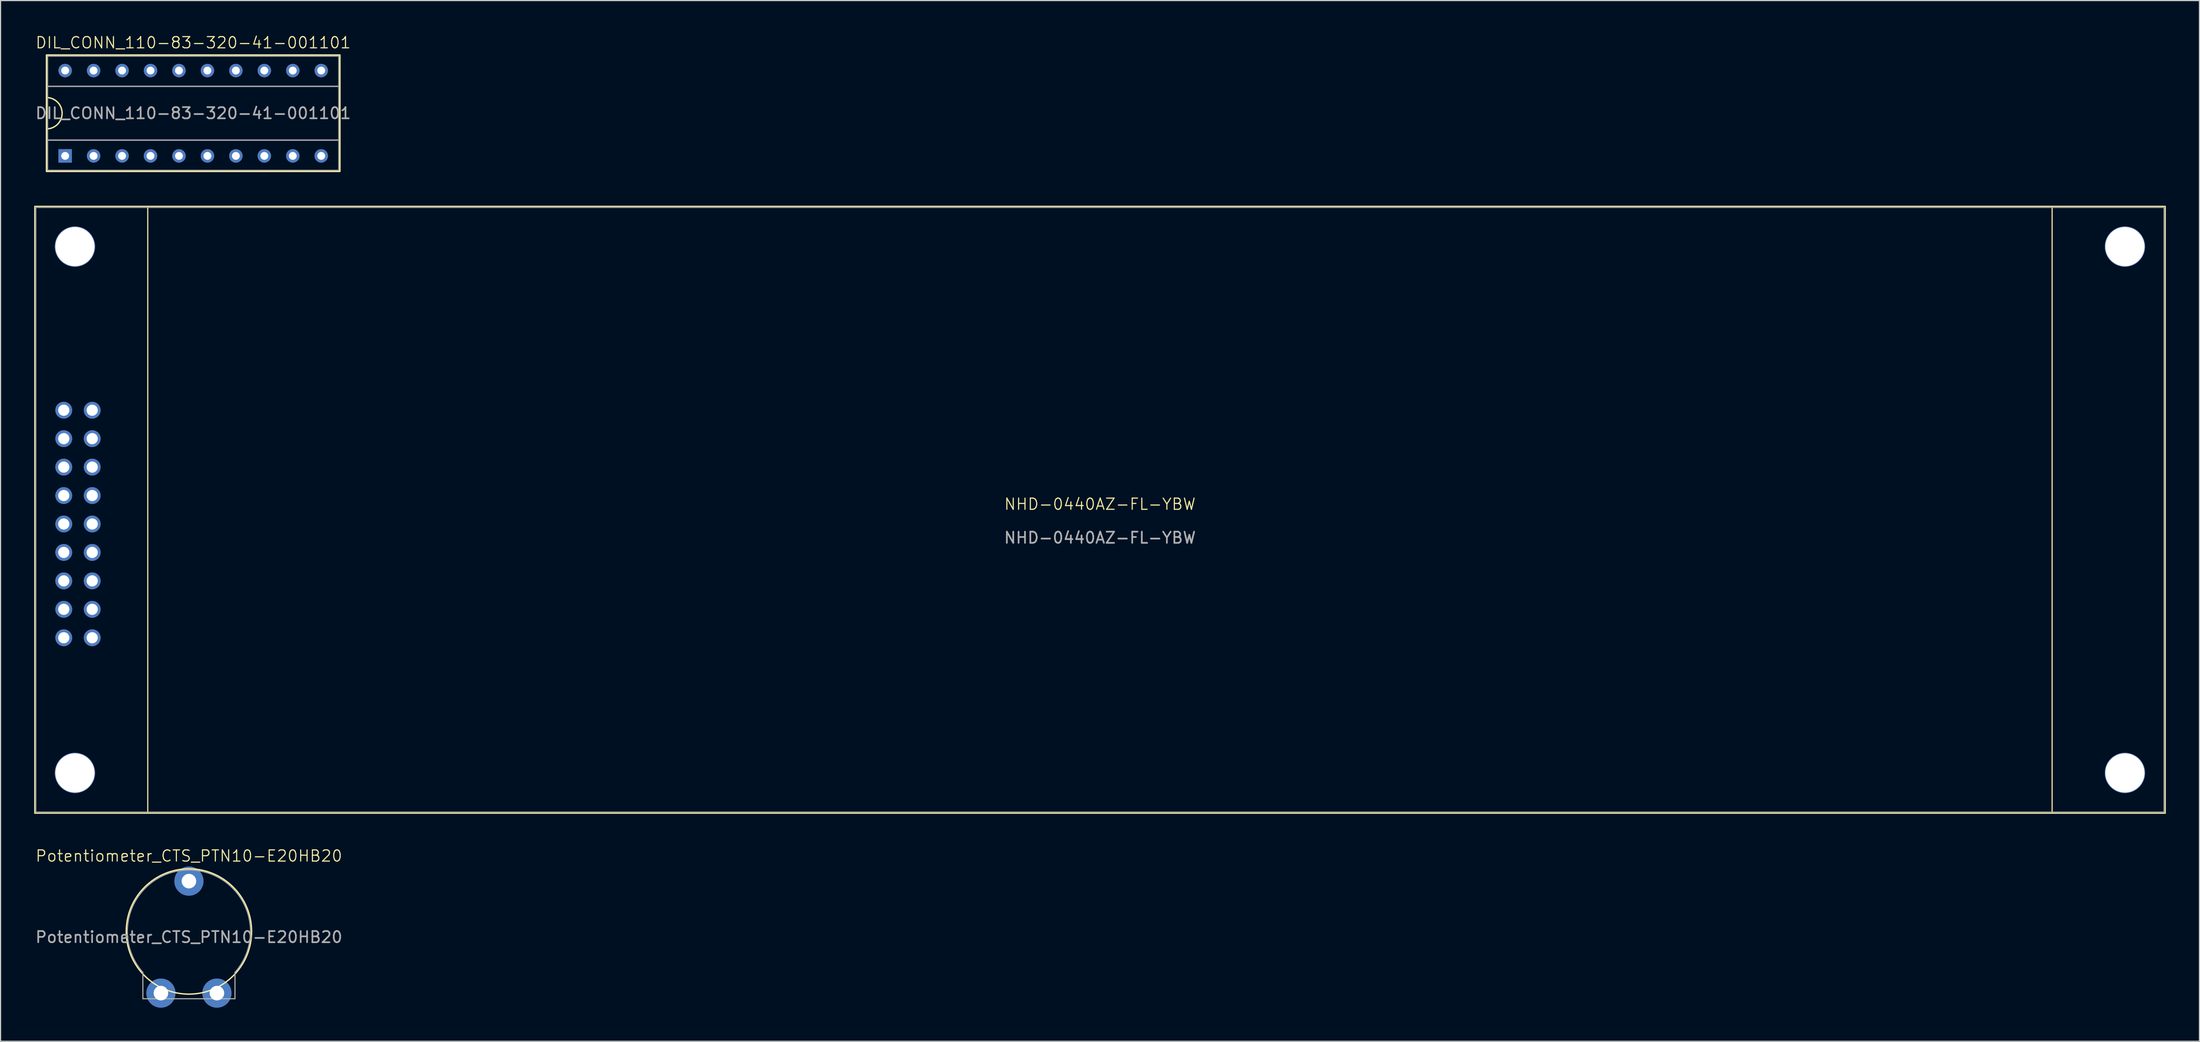
<source format=kicad_pcb>
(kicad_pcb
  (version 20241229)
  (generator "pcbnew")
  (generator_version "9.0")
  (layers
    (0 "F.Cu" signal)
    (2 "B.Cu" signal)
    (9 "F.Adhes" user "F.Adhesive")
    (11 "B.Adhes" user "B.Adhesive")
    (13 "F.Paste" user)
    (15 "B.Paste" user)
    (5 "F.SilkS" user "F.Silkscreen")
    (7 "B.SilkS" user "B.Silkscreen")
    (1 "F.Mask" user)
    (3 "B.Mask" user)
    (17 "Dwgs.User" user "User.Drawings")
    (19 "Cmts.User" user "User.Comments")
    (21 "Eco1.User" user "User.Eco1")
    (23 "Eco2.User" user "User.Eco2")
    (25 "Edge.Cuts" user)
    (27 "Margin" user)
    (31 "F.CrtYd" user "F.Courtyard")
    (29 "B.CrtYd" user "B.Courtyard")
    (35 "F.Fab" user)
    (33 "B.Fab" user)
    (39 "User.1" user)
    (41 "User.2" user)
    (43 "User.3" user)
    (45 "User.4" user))
  (footprint "Potentiometer_CTS_PTN10-E20HB20"
    (layer "F.Cu")
    (at 13.815 80.635)
    (property "Reference" "Potentiometer_CTS_PTN10-E20HB20" (at 0 -7.25 0) (unlocked yes) (layer "F.SilkS") (effects (font (size 1 1) (thickness 0.1))))
    (attr through_hole)
    (fp_circle (center 0 -0.505) (end 5.595 -0.505) (stroke (width 0.12) (type default)) (fill no) (layer "F.SilkS"))
    (fp_line (start -4.111 3.154) (end -4.111 5.5) (stroke (width 0.1) (type default)) (layer "F.Fab"))
    (fp_line (start -4.105 5.5) (end 4.105 5.5) (stroke (width 0.1) (type default)) (layer "F.Fab"))
    (fp_line (start 4.111 3.154) (end 4.111 5.5) (stroke (width 0.1) (type default)) (layer "F.Fab"))
    (fp_arc (start -4.110752 3.154001) (mid 0 -6) (end 4.110752 3.154001) (stroke (width 0.1) (type default)) (layer "F.Fab"))
    (fp_text user "${REFERENCE}" (at 0 0 0) (unlocked yes) (layer "F.Fab") (effects (font (size 1 1) (thickness 0.15))))
    (pad "1" thru_hole circle (at -2.5 5) (size 2.6 2.6) (drill 1.3) (layers "*.Cu" "*.Mask"))
    (pad "2" thru_hole circle (at 0 -5) (size 2.6 2.6) (drill 1.3) (layers "*.Cu" "*.Mask"))
    (pad "3" thru_hole circle (at 2.5 5) (size 2.6 2.6) (drill 1.3) (layers "*.Cu" "*.Mask")))
  (footprint "NHD-0440AZ-FL-YBW"
    (layer "F.Cu")
    (at 95.141 42.472)
    (property "Reference" "NHD-0440AZ-FL-YBW" (at 0 -0.5 0) (unlocked yes) (layer "F.SilkS") (effects (font (size 1 1) (thickness 0.1))))
    (attr through_hole)
    (fp_line (start -85 -27.1) (end -85 27.1) (stroke (width 0.1) (type default)) (layer "F.SilkS"))
    (fp_line (start 85 -27.1) (end 85 27.1) (stroke (width 0.1) (type default)) (layer "F.SilkS"))
    (fp_rect (start -95.091 -27.102) (end 95.104 27.102) (stroke (width 0.1) (type default)) (fill no) (layer "F.SilkS"))
    (fp_rect (start -95 -27) (end 95 27) (stroke (width 0.1) (type default)) (fill no) (layer "F.Fab"))
    (fp_text user "${REFERENCE}" (at 0 2.5 0) (unlocked yes) (layer "F.Fab") (effects (font (size 1 1) (thickness 0.15))))
    (pad "" np_thru_hole circle (at -91.5 -23.5) (size 3.6 3.6) (drill 3.5) (layers "*.Cu" "*.Mask"))
    (pad "" np_thru_hole circle (at -91.5 23.5) (size 3.6 3.6) (drill 3.5) (layers "*.Cu" "*.Mask"))
    (pad "" np_thru_hole circle (at 91.5 -23.5) (size 3.6 3.6) (drill 3.5) (layers "*.Cu" "*.Mask"))
    (pad "" np_thru_hole circle (at 91.5 23.5) (size 3.6 3.6) (drill 3.5) (layers "*.Cu" "*.Mask"))
    (pad "1" thru_hole circle (at -92.5 -8.89) (size 1.5 1.5) (drill 1) (layers "*.Cu" "*.Mask"))
    (pad "2" thru_hole circle (at -89.96 -8.89) (size 1.5 1.5) (drill 1) (layers "*.Cu" "*.Mask"))
    (pad "3" thru_hole circle (at -92.5 -6.35) (size 1.5 1.5) (drill 1) (layers "*.Cu" "*.Mask"))
    (pad "4" thru_hole circle (at -89.96 -6.35) (size 1.5 1.5) (drill 1) (layers "*.Cu" "*.Mask"))
    (pad "5" thru_hole circle (at -92.5 -3.81) (size 1.5 1.5) (drill 1) (layers "*.Cu" "*.Mask"))
    (pad "6" thru_hole circle (at -89.96 -3.81) (size 1.5 1.5) (drill 1) (layers "*.Cu" "*.Mask"))
    (pad "7" thru_hole circle (at -92.5 -1.27) (size 1.5 1.5) (drill 1) (layers "*.Cu" "*.Mask"))
    (pad "8" thru_hole circle (at -89.96 -1.27) (size 1.5 1.5) (drill 1) (layers "*.Cu" "*.Mask"))
    (pad "9" thru_hole circle (at -92.5 1.27) (size 1.5 1.5) (drill 1) (layers "*.Cu" "*.Mask"))
    (pad "10" thru_hole circle (at -89.96 1.27) (size 1.5 1.5) (drill 1) (layers "*.Cu" "*.Mask"))
    (pad "11" thru_hole circle (at -92.5 3.81) (size 1.5 1.5) (drill 1) (layers "*.Cu" "*.Mask"))
    (pad "12" thru_hole circle (at -89.96 3.81) (size 1.5 1.5) (drill 1) (layers "*.Cu" "*.Mask"))
    (pad "13" thru_hole circle (at -92.5 6.35) (size 1.5 1.5) (drill 1) (layers "*.Cu" "*.Mask"))
    (pad "14" thru_hole circle (at -89.96 6.35) (size 1.5 1.5) (drill 1) (layers "*.Cu" "*.Mask"))
    (pad "15" thru_hole circle (at -92.5 8.89) (size 1.5 1.5) (drill 1) (layers "*.Cu" "*.Mask"))
    (pad "16" thru_hole circle (at -89.96 8.89) (size 1.5 1.5) (drill 1) (layers "*.Cu" "*.Mask"))
    (pad "17" thru_hole circle (at -92.5 11.43) (size 1.5 1.5) (drill 1) (layers "*.Cu" "*.Mask"))
    (pad "18" thru_hole circle (at -89.96 11.43) (size 1.5 1.5) (drill 1) (layers "*.Cu" "*.Mask")))
  (footprint "DIL_CONN_110-83-320-41-001101"
    (layer "F.Cu")
    (at 14.196 7.061)
    (property "Reference" "DIL_CONN_110-83-320-41-001101" (at 0 -6.3 0) (unlocked yes) (layer "F.SilkS") (effects (font (size 1 1) (thickness 0.1))))
    (attr through_hole)
    (fp_rect (start -13.1 -5.2) (end 13.1 5.2) (stroke (width 0.12) (type default)) (fill no) (layer "F.SilkS"))
    (fp_arc (start -13.1 -1.4) (mid -11.7 0) (end -13.1 1.4) (stroke (width 0.12) (type default)) (layer "F.SilkS"))
    (fp_line (start -13 -2.4) (end 13 -2.4) (stroke (width 0.12) (type default)) (layer "F.Fab"))
    (fp_line (start -13 2.4) (end 13 2.4) (stroke (width 0.12) (type default)) (layer "F.Fab"))
    (fp_rect (start -13 -5.1) (end 13 5.1) (stroke (width 0.1) (type default)) (fill no) (layer "F.Fab"))
    (fp_text user "${REFERENCE}" (at 0 0 0) (unlocked yes) (layer "F.Fab") (effects (font (size 1 1) (thickness 0.15))))
    (pad "1" thru_hole rect (at -11.43 3.81) (size 1.2 1.2) (drill 0.7) (layers "*.Cu" "*.Mask"))
    (pad "2" thru_hole circle (at -8.89 3.81) (size 1.2 1.2) (drill 0.7) (layers "*.Cu" "*.Mask"))
    (pad "3" thru_hole circle (at -6.35 3.81) (size 1.2 1.2) (drill 0.7) (layers "*.Cu" "*.Mask"))
    (pad "4" thru_hole circle (at -3.81 3.81) (size 1.2 1.2) (drill 0.7) (layers "*.Cu" "*.Mask"))
    (pad "5" thru_hole circle (at -1.27 3.81) (size 1.2 1.2) (drill 0.7) (layers "*.Cu" "*.Mask"))
    (pad "6" thru_hole circle (at 1.27 3.81) (size 1.2 1.2) (drill 0.7) (layers "*.Cu" "*.Mask"))
    (pad "7" thru_hole circle (at 3.81 3.81) (size 1.2 1.2) (drill 0.7) (layers "*.Cu" "*.Mask"))
    (pad "8" thru_hole circle (at 6.35 3.81) (size 1.2 1.2) (drill 0.7) (layers "*.Cu" "*.Mask"))
    (pad "9" thru_hole circle (at 8.89 3.81) (size 1.2 1.2) (drill 0.7) (layers "*.Cu" "*.Mask"))
    (pad "10" thru_hole circle (at 11.43 3.81) (size 1.2 1.2) (drill 0.7) (layers "*.Cu" "*.Mask"))
    (pad "11" thru_hole circle (at 11.43 -3.81) (size 1.2 1.2) (drill 0.7) (layers "*.Cu" "*.Mask"))
    (pad "12" thru_hole circle (at 8.89 -3.81) (size 1.2 1.2) (drill 0.7) (layers "*.Cu" "*.Mask"))
    (pad "13" thru_hole circle (at 6.35 -3.81) (size 1.2 1.2) (drill 0.7) (layers "*.Cu" "*.Mask"))
    (pad "14" thru_hole circle (at 3.81 -3.81) (size 1.2 1.2) (drill 0.7) (layers "*.Cu" "*.Mask"))
    (pad "15" thru_hole circle (at 1.27 -3.81) (size 1.2 1.2) (drill 0.7) (layers "*.Cu" "*.Mask"))
    (pad "16" thru_hole circle (at -1.27 -3.81) (size 1.2 1.2) (drill 0.7) (layers "*.Cu" "*.Mask"))
    (pad "17" thru_hole circle (at -3.81 -3.81) (size 1.2 1.2) (drill 0.7) (layers "*.Cu" "*.Mask"))
    (pad "18" thru_hole circle (at -6.35 -3.81) (size 1.2 1.2) (drill 0.7) (layers "*.Cu" "*.Mask"))
    (pad "19" thru_hole circle (at -8.89 -3.81) (size 1.2 1.2) (drill 0.7) (layers "*.Cu" "*.Mask"))
    (pad "20" thru_hole circle (at -11.43 -3.81) (size 1.2 1.2) (drill 0.7) (layers "*.Cu" "*.Mask")))
  (gr_rect
    (start -3 -3)
    (end 193.295 89.935)
    (stroke (width 0.1) (type default))
    (fill no)
    (layer "Edge.Cuts")))
</source>
